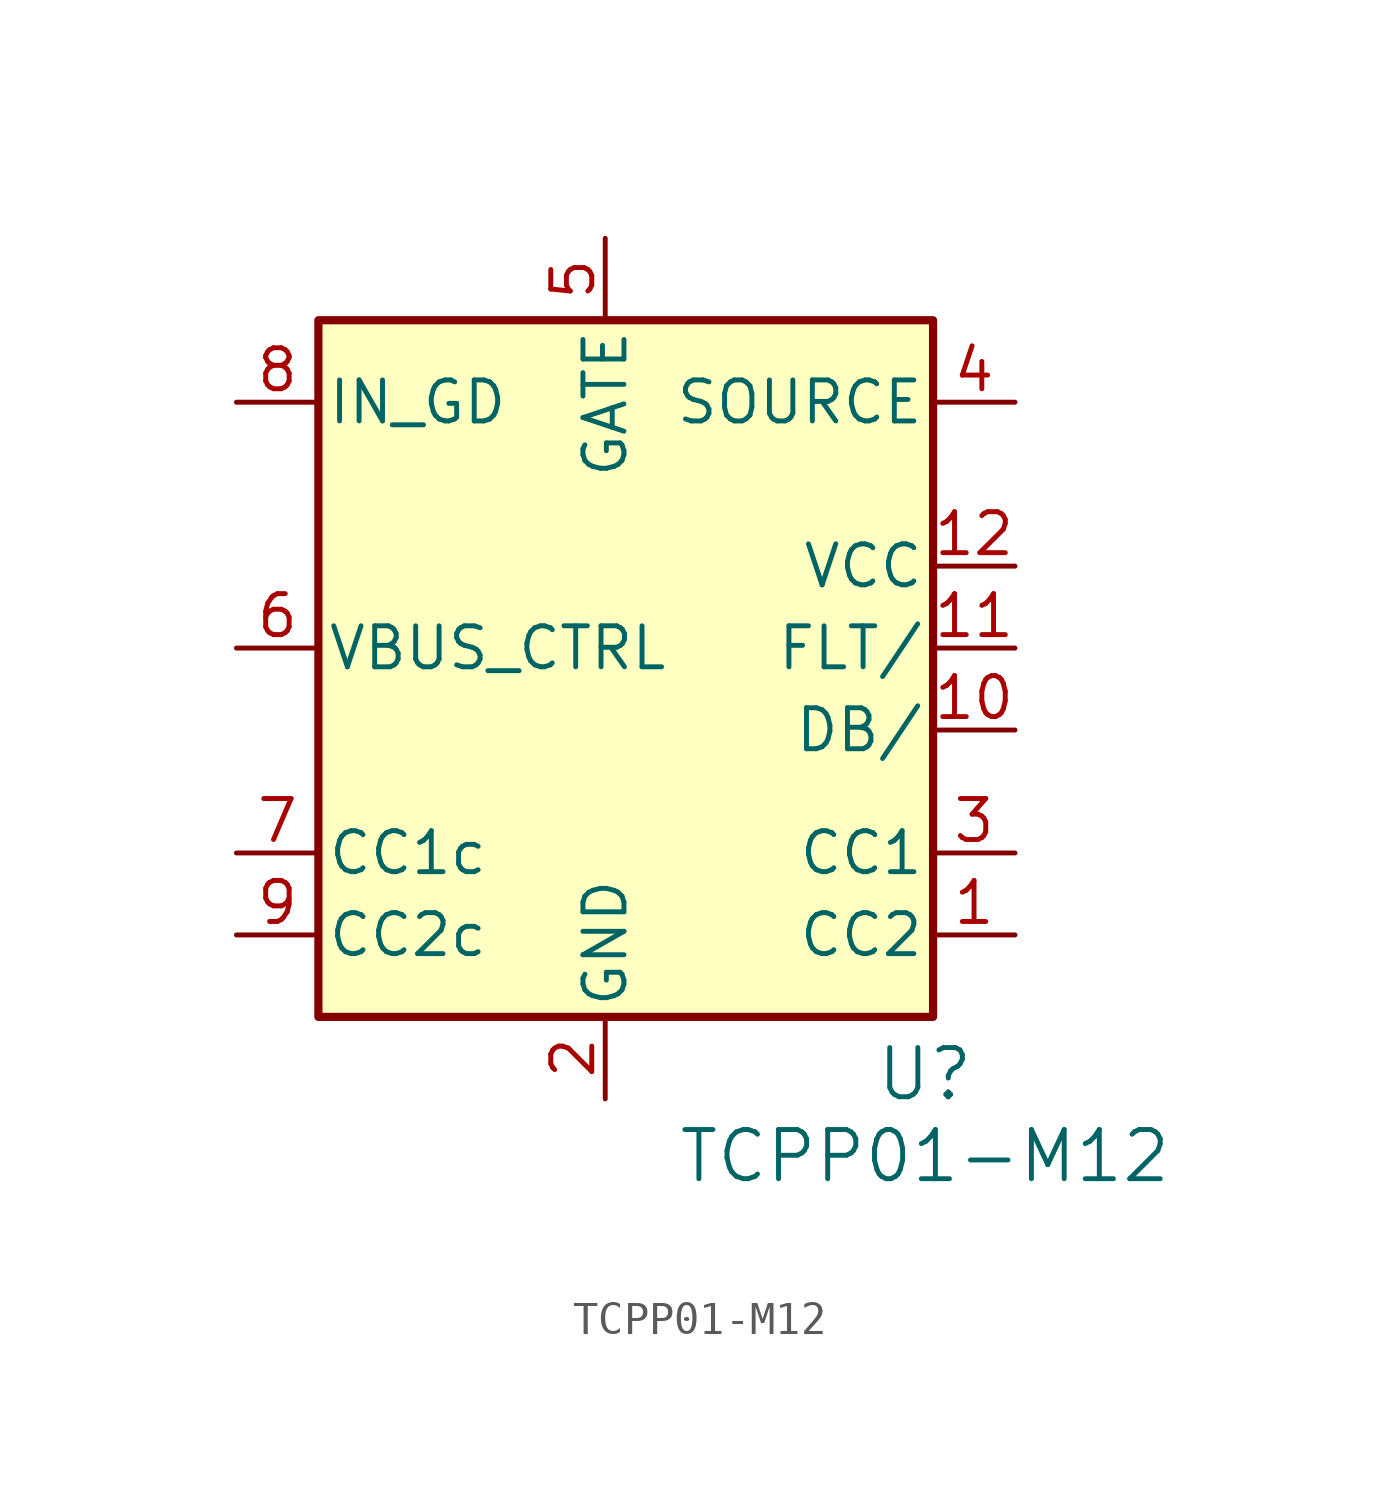
<source format=kicad_sym>
(kicad_symbol_lib
  (version 20231120)
  (generator "kicad_symbol_editor")
  (generator_version "8.0")
  (symbol "TCPP01-M12"
    (pin_names
      (offset 0.254))
    (property "Reference" "U"
      (at 21.336 -20.828 0)
      (effects (font (size 1.524 1.524))))
    (property "Value" "TCPP01-M12"
      (at 21.336 -23.368 0)
      (effects (font (size 1.524 1.524))))
    (property "ki_locked" ""
      (at 0 0 0)
      (effects (font (size 1.27 1.27))))
    (symbol "TCPP01-M12_1_1"
      (rectangle (start 2.54 2.54) (end 21.59 -19.05) (stroke (width 0.254) (type default)) (fill (type background)))
      (pin bidirectional line (at 24.13 -16.51 180) (length 2.54) (name "CC2" (effects (font (size 1.27 1.27)))) (number "1" (effects (font (size 1.27 1.27)))))
      (pin input line (at 24.13 -10.16 180) (length 2.54) (name "DB/" (effects (font (size 1.27 1.27)))) (number "10" (effects (font (size 1.27 1.27)))))
      (pin output line (at 24.13 -7.62 180) (length 2.54) (name "FLT/" (effects (font (size 1.27 1.27)))) (number "11" (effects (font (size 1.27 1.27)))))
      (pin input line (at 24.13 -5.08 180) (length 2.54) (name "VCC" (effects (font (size 1.27 1.27)))) (number "12" (effects (font (size 1.27 1.27)))))
      (pin power_out line (at 11.43 -21.59 90) (length 2.54) hide (name "GND" (effects (font (size 1.27 1.27)))) (number "13" (effects (font (size 1.27 1.27)))))
      (pin power_out line (at 11.43 -21.59 90) (length 2.54) (name "GND" (effects (font (size 1.27 1.27)))) (number "2" (effects (font (size 1.27 1.27)))))
      (pin bidirectional line (at 24.13 -13.97 180) (length 2.54) (name "CC1" (effects (font (size 1.27 1.27)))) (number "3" (effects (font (size 1.27 1.27)))))
      (pin unspecified line (at 24.13 0 180) (length 2.54) (name "SOURCE" (effects (font (size 1.27 1.27)))) (number "4" (effects (font (size 1.27 1.27)))))
      (pin output line (at 11.43 5.08 270) (length 2.54) (name "GATE" (effects (font (size 1.27 1.27)))) (number "5" (effects (font (size 1.27 1.27)))))
      (pin input line (at 0 -7.62 0) (length 2.54) (name "VBUS_CTRL" (effects (font (size 1.27 1.27)))) (number "6" (effects (font (size 1.27 1.27)))))
      (pin bidirectional line (at 0 -13.97 0) (length 2.54) (name "CC1c" (effects (font (size 1.27 1.27)))) (number "7" (effects (font (size 1.27 1.27)))))
      (pin power_out line (at 0 0 0) (length 2.54) (name "IN_GD" (effects (font (size 1.27 1.27)))) (number "8" (effects (font (size 1.27 1.27)))))
      (pin bidirectional line (at 0 -16.51 0) (length 2.54) (name "CC2c" (effects (font (size 1.27 1.27)))) (number "9" (effects (font (size 1.27 1.27))))))))
</source>
